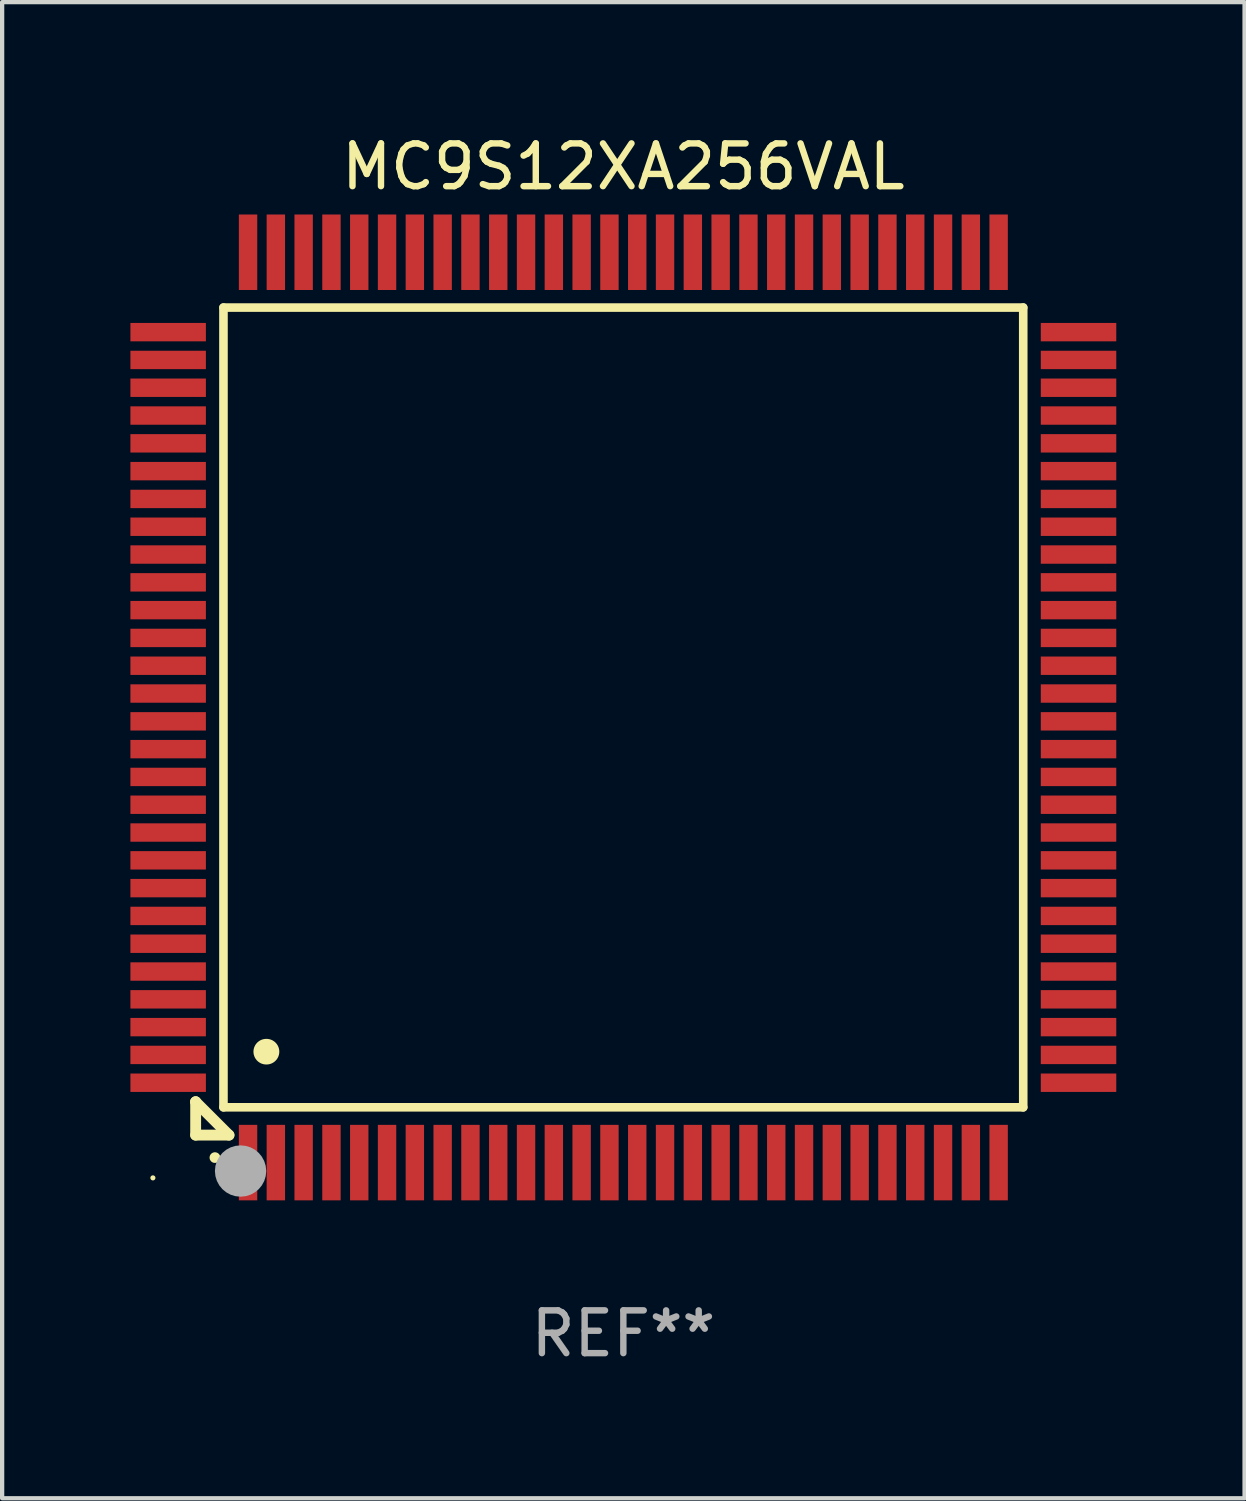
<source format=kicad_pcb>
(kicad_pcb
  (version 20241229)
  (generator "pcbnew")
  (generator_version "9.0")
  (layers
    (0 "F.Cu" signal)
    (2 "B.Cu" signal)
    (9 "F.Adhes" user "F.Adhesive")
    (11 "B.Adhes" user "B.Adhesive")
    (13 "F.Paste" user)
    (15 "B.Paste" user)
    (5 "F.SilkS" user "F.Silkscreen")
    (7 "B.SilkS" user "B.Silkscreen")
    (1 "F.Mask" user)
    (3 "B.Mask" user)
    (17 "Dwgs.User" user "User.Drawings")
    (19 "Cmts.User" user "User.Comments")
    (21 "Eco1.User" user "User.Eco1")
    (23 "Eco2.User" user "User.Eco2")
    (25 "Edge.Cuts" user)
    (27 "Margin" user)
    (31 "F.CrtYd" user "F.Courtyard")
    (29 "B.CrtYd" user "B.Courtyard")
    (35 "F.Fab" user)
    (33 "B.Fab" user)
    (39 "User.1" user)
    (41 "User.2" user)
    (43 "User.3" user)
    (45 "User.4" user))
  (footprint "MC9S12XA256VAL"
    (layer "F.Cu")
    (at 11.525 13.491)
    (property "Reference" "MC9S12XA256VAL" (at 0 -12.643 0) (layer "F.SilkS") (effects (font (size 1 1) (thickness 0.15))))
    (attr through_hole)
    (fp_line (start -10 9.221) (end -10 9.221) (stroke (width 0.254) (type solid)) (layer "F.SilkS"))
    (fp_line (start -10 9.221) (end -10 10) (stroke (width 0.254) (type solid)) (layer "F.SilkS"))
    (fp_line (start -10 9.221) (end -9.221 10) (stroke (width 0.254) (type solid)) (layer "F.SilkS"))
    (fp_line (start -10 10) (end -9.221 10) (stroke (width 0.254) (type solid)) (layer "F.SilkS"))
    (fp_line (start -9.35 -9.35) (end -9.35 9.35) (stroke (width 0.201) (type solid)) (layer "F.SilkS"))
    (fp_line (start -9.35 9.35) (end 9.35 9.35) (stroke (width 0.201) (type solid)) (layer "F.SilkS"))
    (fp_line (start 9.35 -9.35) (end -9.35 -9.35) (stroke (width 0.201) (type solid)) (layer "F.SilkS"))
    (fp_line (start 9.35 9.35) (end 9.35 -9.35) (stroke (width 0.201) (type solid)) (layer "F.SilkS"))
    (fp_arc (start -9.550546 10.525832) (mid -9.549276 10.525826) (end -9.548006 10.525832) (stroke (width 0.24892) (type solid)) (layer "F.SilkS"))
    (fp_arc (start -8.349124 8.049327) (mid -8.346584 8.049316) (end -8.344044 8.049327) (stroke (width 0.599441) (type solid)) (layer "F.SilkS"))
    (fp_circle (center -11 11) (end -10.97 11) (stroke (width 0.06) (type solid)) (fill no) (layer "F.SilkS"))
    (fp_circle (center -8.95 10.84) (end -8.65 10.84) (stroke (width 0.6) (type solid)) (fill no) (layer "F.Fab"))
    (fp_text user "REF**" (at 0 14.643 0) (layer "F.Fab") (effects (font (size 1 1) (thickness 0.15))))
    (pad "1" smd rect (at -8.775 10.643) (size 0.43 1.765) (layers "F.Cu" "F.Mask" "F.Paste"))
    (pad "2" smd rect (at -8.125 10.643) (size 0.43 1.765) (layers "F.Cu" "F.Mask" "F.Paste"))
    (pad "3" smd rect (at -7.475 10.643) (size 0.43 1.765) (layers "F.Cu" "F.Mask" "F.Paste"))
    (pad "4" smd rect (at -6.825 10.643) (size 0.43 1.765) (layers "F.Cu" "F.Mask" "F.Paste"))
    (pad "5" smd rect (at -6.175 10.643) (size 0.43 1.765) (layers "F.Cu" "F.Mask" "F.Paste"))
    (pad "6" smd rect (at -5.525 10.643) (size 0.43 1.765) (layers "F.Cu" "F.Mask" "F.Paste"))
    (pad "7" smd rect (at -4.875 10.643) (size 0.43 1.765) (layers "F.Cu" "F.Mask" "F.Paste"))
    (pad "8" smd rect (at -4.225 10.643) (size 0.43 1.765) (layers "F.Cu" "F.Mask" "F.Paste"))
    (pad "9" smd rect (at -3.575 10.643) (size 0.43 1.765) (layers "F.Cu" "F.Mask" "F.Paste"))
    (pad "10" smd rect (at -2.925 10.643) (size 0.43 1.765) (layers "F.Cu" "F.Mask" "F.Paste"))
    (pad "11" smd rect (at -2.275 10.643) (size 0.43 1.765) (layers "F.Cu" "F.Mask" "F.Paste"))
    (pad "12" smd rect (at -1.625 10.643) (size 0.43 1.765) (layers "F.Cu" "F.Mask" "F.Paste"))
    (pad "13" smd rect (at -0.975 10.643) (size 0.43 1.765) (layers "F.Cu" "F.Mask" "F.Paste"))
    (pad "14" smd rect (at -0.325 10.643) (size 0.43 1.765) (layers "F.Cu" "F.Mask" "F.Paste"))
    (pad "15" smd rect (at 0.325 10.643) (size 0.43 1.765) (layers "F.Cu" "F.Mask" "F.Paste"))
    (pad "16" smd rect (at 0.975 10.643) (size 0.43 1.765) (layers "F.Cu" "F.Mask" "F.Paste"))
    (pad "17" smd rect (at 1.625 10.643) (size 0.43 1.765) (layers "F.Cu" "F.Mask" "F.Paste"))
    (pad "18" smd rect (at 2.275 10.643) (size 0.43 1.765) (layers "F.Cu" "F.Mask" "F.Paste"))
    (pad "19" smd rect (at 2.925 10.643) (size 0.43 1.765) (layers "F.Cu" "F.Mask" "F.Paste"))
    (pad "20" smd rect (at 3.575 10.643) (size 0.43 1.765) (layers "F.Cu" "F.Mask" "F.Paste"))
    (pad "21" smd rect (at 4.225 10.643) (size 0.43 1.765) (layers "F.Cu" "F.Mask" "F.Paste"))
    (pad "22" smd rect (at 4.875 10.643) (size 0.43 1.765) (layers "F.Cu" "F.Mask" "F.Paste"))
    (pad "23" smd rect (at 5.525 10.643) (size 0.43 1.765) (layers "F.Cu" "F.Mask" "F.Paste"))
    (pad "24" smd rect (at 6.175 10.643) (size 0.43 1.765) (layers "F.Cu" "F.Mask" "F.Paste"))
    (pad "25" smd rect (at 6.825 10.643) (size 0.43 1.765) (layers "F.Cu" "F.Mask" "F.Paste"))
    (pad "26" smd rect (at 7.475 10.643) (size 0.43 1.765) (layers "F.Cu" "F.Mask" "F.Paste"))
    (pad "27" smd rect (at 8.125 10.643) (size 0.43 1.765) (layers "F.Cu" "F.Mask" "F.Paste"))
    (pad "28" smd rect (at 8.775 10.643) (size 0.43 1.765) (layers "F.Cu" "F.Mask" "F.Paste"))
    (pad "29" smd rect (at 10.643 8.775) (size 1.765 0.43) (layers "F.Cu" "F.Mask" "F.Paste"))
    (pad "30" smd rect (at 10.643 8.125) (size 1.765 0.43) (layers "F.Cu" "F.Mask" "F.Paste"))
    (pad "31" smd rect (at 10.643 7.475) (size 1.765 0.43) (layers "F.Cu" "F.Mask" "F.Paste"))
    (pad "32" smd rect (at 10.643 6.825) (size 1.765 0.43) (layers "F.Cu" "F.Mask" "F.Paste"))
    (pad "33" smd rect (at 10.643 6.175) (size 1.765 0.43) (layers "F.Cu" "F.Mask" "F.Paste"))
    (pad "34" smd rect (at 10.643 5.525) (size 1.765 0.43) (layers "F.Cu" "F.Mask" "F.Paste"))
    (pad "35" smd rect (at 10.643 4.875) (size 1.765 0.43) (layers "F.Cu" "F.Mask" "F.Paste"))
    (pad "36" smd rect (at 10.643 4.225) (size 1.765 0.43) (layers "F.Cu" "F.Mask" "F.Paste"))
    (pad "37" smd rect (at 10.643 3.575) (size 1.765 0.43) (layers "F.Cu" "F.Mask" "F.Paste"))
    (pad "38" smd rect (at 10.643 2.925) (size 1.765 0.43) (layers "F.Cu" "F.Mask" "F.Paste"))
    (pad "39" smd rect (at 10.643 2.275) (size 1.765 0.43) (layers "F.Cu" "F.Mask" "F.Paste"))
    (pad "40" smd rect (at 10.643 1.625) (size 1.765 0.43) (layers "F.Cu" "F.Mask" "F.Paste"))
    (pad "41" smd rect (at 10.643 0.975) (size 1.765 0.43) (layers "F.Cu" "F.Mask" "F.Paste"))
    (pad "42" smd rect (at 10.643 0.325) (size 1.765 0.43) (layers "F.Cu" "F.Mask" "F.Paste"))
    (pad "43" smd rect (at 10.643 -0.325) (size 1.765 0.43) (layers "F.Cu" "F.Mask" "F.Paste"))
    (pad "44" smd rect (at 10.643 -0.975) (size 1.765 0.43) (layers "F.Cu" "F.Mask" "F.Paste"))
    (pad "45" smd rect (at 10.643 -1.625) (size 1.765 0.43) (layers "F.Cu" "F.Mask" "F.Paste"))
    (pad "46" smd rect (at 10.643 -2.275) (size 1.765 0.43) (layers "F.Cu" "F.Mask" "F.Paste"))
    (pad "47" smd rect (at 10.643 -2.925) (size 1.765 0.43) (layers "F.Cu" "F.Mask" "F.Paste"))
    (pad "48" smd rect (at 10.643 -3.575) (size 1.765 0.43) (layers "F.Cu" "F.Mask" "F.Paste"))
    (pad "49" smd rect (at 10.643 -4.225) (size 1.765 0.43) (layers "F.Cu" "F.Mask" "F.Paste"))
    (pad "50" smd rect (at 10.643 -4.875) (size 1.765 0.43) (layers "F.Cu" "F.Mask" "F.Paste"))
    (pad "51" smd rect (at 10.643 -5.525) (size 1.765 0.43) (layers "F.Cu" "F.Mask" "F.Paste"))
    (pad "52" smd rect (at 10.643 -6.175) (size 1.765 0.43) (layers "F.Cu" "F.Mask" "F.Paste"))
    (pad "53" smd rect (at 10.643 -6.825) (size 1.765 0.43) (layers "F.Cu" "F.Mask" "F.Paste"))
    (pad "54" smd rect (at 10.643 -7.475) (size 1.765 0.43) (layers "F.Cu" "F.Mask" "F.Paste"))
    (pad "55" smd rect (at 10.643 -8.125) (size 1.765 0.43) (layers "F.Cu" "F.Mask" "F.Paste"))
    (pad "56" smd rect (at 10.643 -8.775) (size 1.765 0.43) (layers "F.Cu" "F.Mask" "F.Paste"))
    (pad "57" smd rect (at 8.775 -10.643) (size 0.43 1.765) (layers "F.Cu" "F.Mask" "F.Paste"))
    (pad "58" smd rect (at 8.125 -10.643) (size 0.43 1.765) (layers "F.Cu" "F.Mask" "F.Paste"))
    (pad "59" smd rect (at 7.475 -10.643) (size 0.43 1.765) (layers "F.Cu" "F.Mask" "F.Paste"))
    (pad "60" smd rect (at 6.825 -10.643) (size 0.43 1.765) (layers "F.Cu" "F.Mask" "F.Paste"))
    (pad "61" smd rect (at 6.175 -10.643) (size 0.43 1.765) (layers "F.Cu" "F.Mask" "F.Paste"))
    (pad "62" smd rect (at 5.525 -10.643) (size 0.43 1.765) (layers "F.Cu" "F.Mask" "F.Paste"))
    (pad "63" smd rect (at 4.875 -10.643) (size 0.43 1.765) (layers "F.Cu" "F.Mask" "F.Paste"))
    (pad "64" smd rect (at 4.225 -10.643) (size 0.43 1.765) (layers "F.Cu" "F.Mask" "F.Paste"))
    (pad "65" smd rect (at 3.575 -10.643) (size 0.43 1.765) (layers "F.Cu" "F.Mask" "F.Paste"))
    (pad "66" smd rect (at 2.925 -10.643) (size 0.43 1.765) (layers "F.Cu" "F.Mask" "F.Paste"))
    (pad "67" smd rect (at 2.275 -10.643) (size 0.43 1.765) (layers "F.Cu" "F.Mask" "F.Paste"))
    (pad "68" smd rect (at 1.625 -10.643) (size 0.43 1.765) (layers "F.Cu" "F.Mask" "F.Paste"))
    (pad "69" smd rect (at 0.975 -10.643) (size 0.43 1.765) (layers "F.Cu" "F.Mask" "F.Paste"))
    (pad "70" smd rect (at 0.325 -10.643) (size 0.43 1.765) (layers "F.Cu" "F.Mask" "F.Paste"))
    (pad "71" smd rect (at -0.325 -10.643) (size 0.43 1.765) (layers "F.Cu" "F.Mask" "F.Paste"))
    (pad "72" smd rect (at -0.975 -10.643) (size 0.43 1.765) (layers "F.Cu" "F.Mask" "F.Paste"))
    (pad "73" smd rect (at -1.625 -10.643) (size 0.43 1.765) (layers "F.Cu" "F.Mask" "F.Paste"))
    (pad "74" smd rect (at -2.275 -10.643) (size 0.43 1.765) (layers "F.Cu" "F.Mask" "F.Paste"))
    (pad "75" smd rect (at -2.925 -10.643) (size 0.43 1.765) (layers "F.Cu" "F.Mask" "F.Paste"))
    (pad "76" smd rect (at -3.575 -10.643) (size 0.43 1.765) (layers "F.Cu" "F.Mask" "F.Paste"))
    (pad "77" smd rect (at -4.225 -10.643) (size 0.43 1.765) (layers "F.Cu" "F.Mask" "F.Paste"))
    (pad "78" smd rect (at -4.875 -10.643) (size 0.43 1.765) (layers "F.Cu" "F.Mask" "F.Paste"))
    (pad "79" smd rect (at -5.525 -10.643) (size 0.43 1.765) (layers "F.Cu" "F.Mask" "F.Paste"))
    (pad "80" smd rect (at -6.175 -10.643) (size 0.43 1.765) (layers "F.Cu" "F.Mask" "F.Paste"))
    (pad "81" smd rect (at -6.825 -10.643) (size 0.43 1.765) (layers "F.Cu" "F.Mask" "F.Paste"))
    (pad "82" smd rect (at -7.475 -10.643) (size 0.43 1.765) (layers "F.Cu" "F.Mask" "F.Paste"))
    (pad "83" smd rect (at -8.125 -10.643) (size 0.43 1.765) (layers "F.Cu" "F.Mask" "F.Paste"))
    (pad "84" smd rect (at -8.775 -10.643) (size 0.43 1.765) (layers "F.Cu" "F.Mask" "F.Paste"))
    (pad "85" smd rect (at -10.643 -8.775) (size 1.765 0.43) (layers "F.Cu" "F.Mask" "F.Paste"))
    (pad "86" smd rect (at -10.643 -8.125) (size 1.765 0.43) (layers "F.Cu" "F.Mask" "F.Paste"))
    (pad "87" smd rect (at -10.643 -7.475) (size 1.765 0.43) (layers "F.Cu" "F.Mask" "F.Paste"))
    (pad "88" smd rect (at -10.643 -6.825) (size 1.765 0.43) (layers "F.Cu" "F.Mask" "F.Paste"))
    (pad "89" smd rect (at -10.643 -6.175) (size 1.765 0.43) (layers "F.Cu" "F.Mask" "F.Paste"))
    (pad "90" smd rect (at -10.643 -5.525) (size 1.765 0.43) (layers "F.Cu" "F.Mask" "F.Paste"))
    (pad "91" smd rect (at -10.643 -4.875) (size 1.765 0.43) (layers "F.Cu" "F.Mask" "F.Paste"))
    (pad "92" smd rect (at -10.643 -4.225) (size 1.765 0.43) (layers "F.Cu" "F.Mask" "F.Paste"))
    (pad "93" smd rect (at -10.643 -3.575) (size 1.765 0.43) (layers "F.Cu" "F.Mask" "F.Paste"))
    (pad "94" smd rect (at -10.643 -2.925) (size 1.765 0.43) (layers "F.Cu" "F.Mask" "F.Paste"))
    (pad "95" smd rect (at -10.643 -2.275) (size 1.765 0.43) (layers "F.Cu" "F.Mask" "F.Paste"))
    (pad "96" smd rect (at -10.643 -1.625) (size 1.765 0.43) (layers "F.Cu" "F.Mask" "F.Paste"))
    (pad "97" smd rect (at -10.643 -0.975) (size 1.765 0.43) (layers "F.Cu" "F.Mask" "F.Paste"))
    (pad "98" smd rect (at -10.643 -0.325) (size 1.765 0.43) (layers "F.Cu" "F.Mask" "F.Paste"))
    (pad "99" smd rect (at -10.643 0.325) (size 1.765 0.43) (layers "F.Cu" "F.Mask" "F.Paste"))
    (pad "100" smd rect (at -10.643 0.975) (size 1.765 0.43) (layers "F.Cu" "F.Mask" "F.Paste"))
    (pad "101" smd rect (at -10.643 1.625) (size 1.765 0.43) (layers "F.Cu" "F.Mask" "F.Paste"))
    (pad "102" smd rect (at -10.643 2.275) (size 1.765 0.43) (layers "F.Cu" "F.Mask" "F.Paste"))
    (pad "103" smd rect (at -10.643 2.925) (size 1.765 0.43) (layers "F.Cu" "F.Mask" "F.Paste"))
    (pad "104" smd rect (at -10.643 3.575) (size 1.765 0.43) (layers "F.Cu" "F.Mask" "F.Paste"))
    (pad "105" smd rect (at -10.643 4.225) (size 1.765 0.43) (layers "F.Cu" "F.Mask" "F.Paste"))
    (pad "106" smd rect (at -10.643 4.875) (size 1.765 0.43) (layers "F.Cu" "F.Mask" "F.Paste"))
    (pad "107" smd rect (at -10.643 5.525) (size 1.765 0.43) (layers "F.Cu" "F.Mask" "F.Paste"))
    (pad "108" smd rect (at -10.643 6.175) (size 1.765 0.43) (layers "F.Cu" "F.Mask" "F.Paste"))
    (pad "109" smd rect (at -10.643 6.825) (size 1.765 0.43) (layers "F.Cu" "F.Mask" "F.Paste"))
    (pad "110" smd rect (at -10.643 7.475) (size 1.765 0.43) (layers "F.Cu" "F.Mask" "F.Paste"))
    (pad "111" smd rect (at -10.643 8.125) (size 1.765 0.43) (layers "F.Cu" "F.Mask" "F.Paste"))
    (pad "112" smd rect (at -10.643 8.775) (size 1.765 0.43) (layers "F.Cu" "F.Mask" "F.Paste")))
  (gr_rect
    (start -3 -3)
    (end 26.05 31.982)
    (stroke (width 0.1) (type default))
    (fill no)
    (layer "Edge.Cuts")))
</source>
